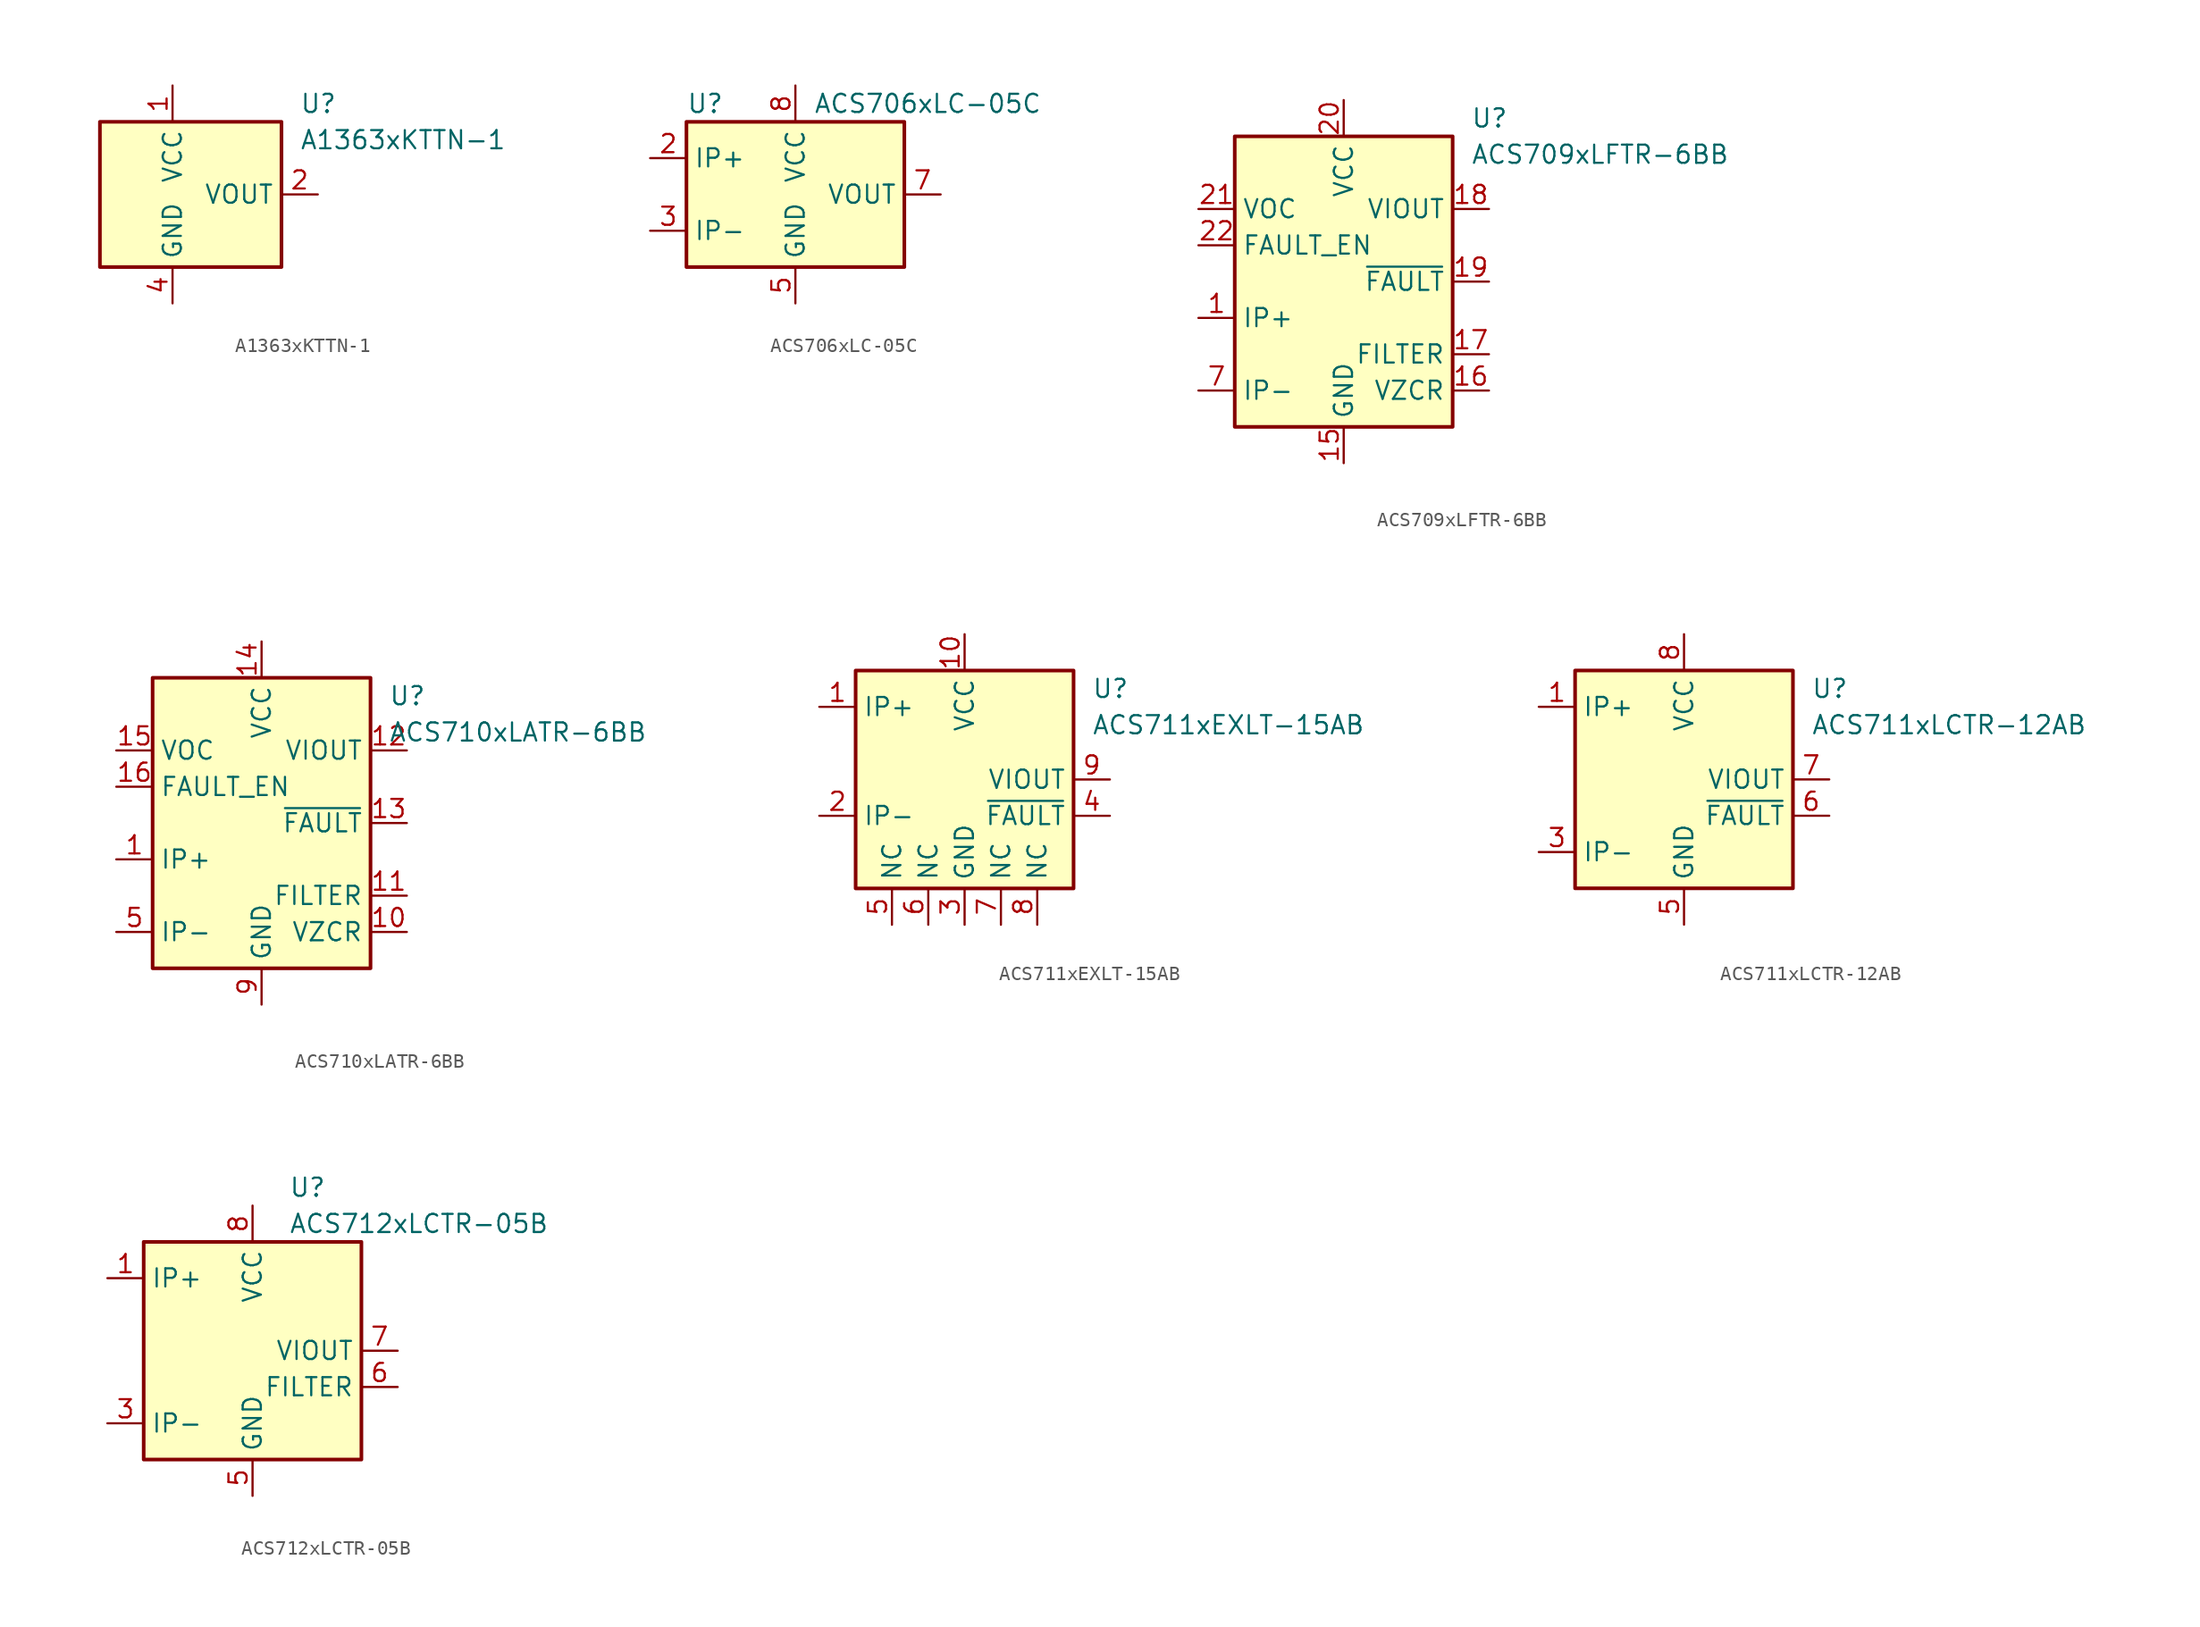
<source format=kicad_sym>
(kicad_symbol_lib
  (version 20201005)
  (generator kicad_symbol_editor)
  (symbol "Sensor_Current:A1363xKTTN-1"
    (property "Reference" "U"
      (at 8.89 6.35 0)
      (effects (font (size 1.27 1.27)) (justify left)))
    (property "Value" "A1363xKTTN-1"
      (at 8.89 3.81 0)
      (effects (font (size 1.27 1.27)) (justify left)))
    (symbol "A1363xKTTN-1_0_1"
      (rectangle (start -5.08 5.08) (end 7.62 -5.08) (stroke (width 0.254)) (fill (type background))))
    (symbol "A1363xKTTN-1_1_1"
      (pin power_in line (at 0 7.62 270) (length 2.54) (name "VCC" (effects (font (size 1.27 1.27)))) (number "1" (effects (font (size 1.27 1.27)))))
      (pin output line (at 10.16 0 180) (length 2.54) (name "VOUT" (effects (font (size 1.27 1.27)))) (number "2" (effects (font (size 1.27 1.27)))))
      (pin no_connect line (at 7.62 -2.54 180) (length 2.54) hide (name "NC" (effects (font (size 1.27 1.27)))) (number "3" (effects (font (size 1.27 1.27)))))
      (pin power_in line (at 0 -7.62 90) (length 2.54) (name "GND" (effects (font (size 1.27 1.27)))) (number "4" (effects (font (size 1.27 1.27)))))))
  (symbol "Sensor_Current:ACS706xLC-05C"
    (property "Reference" "U"
      (at -7.62 6.35 0)
      (effects (font (size 1.27 1.27)) (justify left)))
    (property "Value" "ACS706xLC-05C"
      (at 1.27 6.35 0)
      (effects (font (size 1.27 1.27)) (justify left)))
    (symbol "ACS706xLC-05C_0_1"
      (rectangle (start -7.62 5.08) (end 7.62 -5.08) (stroke (width 0.254)) (fill (type background))))
    (symbol "ACS706xLC-05C_1_1"
      (pin passive line (at -10.16 2.54 0) (length 2.54) hide (name "IP+" (effects (font (size 1.27 1.27)))) (number "1" (effects (font (size 1.27 1.27)))))
      (pin passive line (at -10.16 2.54 0) (length 2.54) (name "IP+" (effects (font (size 1.27 1.27)))) (number "2" (effects (font (size 1.27 1.27)))))
      (pin passive line (at -10.16 -2.54 0) (length 2.54) (name "IP-" (effects (font (size 1.27 1.27)))) (number "3" (effects (font (size 1.27 1.27)))))
      (pin passive line (at -10.16 -2.54 0) (length 2.54) hide (name "IP-" (effects (font (size 1.27 1.27)))) (number "4" (effects (font (size 1.27 1.27)))))
      (pin power_in line (at 0 -7.62 90) (length 2.54) (name "GND" (effects (font (size 1.27 1.27)))) (number "5" (effects (font (size 1.27 1.27)))))
      (pin no_connect line (at 7.62 -2.54 180) (length 2.54) hide (name "NC" (effects (font (size 1.27 1.27)))) (number "6" (effects (font (size 1.27 1.27)))))
      (pin output line (at 10.16 0 180) (length 2.54) (name "VOUT" (effects (font (size 1.27 1.27)))) (number "7" (effects (font (size 1.27 1.27)))))
      (pin power_in line (at 0 7.62 270) (length 2.54) (name "VCC" (effects (font (size 1.27 1.27)))) (number "8" (effects (font (size 1.27 1.27)))))))
  (symbol "Sensor_Current:ACS709xLFTR-6BB"
    (property "Reference" "U"
      (at 8.89 11.43 0)
      (effects (font (size 1.27 1.27)) (justify left)))
    (property "Value" "ACS709xLFTR-6BB"
      (at 8.89 8.89 0)
      (effects (font (size 1.27 1.27)) (justify left)))
    (symbol "ACS709xLFTR-6BB_0_1"
      (rectangle (start -7.62 10.16) (end 7.62 -10.16) (stroke (width 0.254)) (fill (type background))))
    (symbol "ACS709xLFTR-6BB_1_1"
      (pin passive line (at -10.16 -2.54 0) (length 2.54) (name "IP+" (effects (font (size 1.27 1.27)))) (number "1" (effects (font (size 1.27 1.27)))))
      (pin passive line (at -10.16 -7.62 0) (length 2.54) hide (name "IP-" (effects (font (size 1.27 1.27)))) (number "10" (effects (font (size 1.27 1.27)))))
      (pin passive line (at -10.16 -7.62 0) (length 2.54) hide (name "IP-" (effects (font (size 1.27 1.27)))) (number "11" (effects (font (size 1.27 1.27)))))
      (pin passive line (at -10.16 -7.62 0) (length 2.54) hide (name "IP-" (effects (font (size 1.27 1.27)))) (number "12" (effects (font (size 1.27 1.27)))))
      (pin no_connect line (at -7.62 10.16 0) (length 2.54) hide (name "NC" (effects (font (size 1.27 1.27)))) (number "13" (effects (font (size 1.27 1.27)))))
      (pin no_connect line (at -7.62 7.62 0) (length 2.54) hide (name "NC" (effects (font (size 1.27 1.27)))) (number "14" (effects (font (size 1.27 1.27)))))
      (pin power_in line (at 0 -12.7 90) (length 2.54) (name "GND" (effects (font (size 1.27 1.27)))) (number "15" (effects (font (size 1.27 1.27)))))
      (pin passive line (at 10.16 -7.62 180) (length 2.54) (name "VZCR" (effects (font (size 1.27 1.27)))) (number "16" (effects (font (size 1.27 1.27)))))
      (pin passive line (at 10.16 -5.08 180) (length 2.54) (name "FILTER" (effects (font (size 1.27 1.27)))) (number "17" (effects (font (size 1.27 1.27)))))
      (pin output line (at 10.16 5.08 180) (length 2.54) (name "VIOUT" (effects (font (size 1.27 1.27)))) (number "18" (effects (font (size 1.27 1.27)))))
      (pin output line (at 10.16 0 180) (length 2.54) (name "~FAULT" (effects (font (size 1.27 1.27)))) (number "19" (effects (font (size 1.27 1.27)))))
      (pin passive line (at -10.16 -2.54 0) (length 2.54) hide (name "IP+" (effects (font (size 1.27 1.27)))) (number "2" (effects (font (size 1.27 1.27)))))
      (pin power_in line (at 0 12.7 270) (length 2.54) (name "VCC" (effects (font (size 1.27 1.27)))) (number "20" (effects (font (size 1.27 1.27)))))
      (pin input line (at -10.16 5.08 0) (length 2.54) (name "VOC" (effects (font (size 1.27 1.27)))) (number "21" (effects (font (size 1.27 1.27)))))
      (pin input line (at -10.16 2.54 0) (length 2.54) (name "FAULT_EN" (effects (font (size 1.27 1.27)))) (number "22" (effects (font (size 1.27 1.27)))))
      (pin no_connect line (at -7.62 0 0) (length 2.54) hide (name "NC" (effects (font (size 1.27 1.27)))) (number "23" (effects (font (size 1.27 1.27)))))
      (pin no_connect line (at -7.62 -5.08 0) (length 2.54) hide (name "NC" (effects (font (size 1.27 1.27)))) (number "24" (effects (font (size 1.27 1.27)))))
      (pin passive line (at -10.16 -2.54 0) (length 2.54) hide (name "IP+" (effects (font (size 1.27 1.27)))) (number "3" (effects (font (size 1.27 1.27)))))
      (pin passive line (at -10.16 -2.54 0) (length 2.54) hide (name "IP+" (effects (font (size 1.27 1.27)))) (number "4" (effects (font (size 1.27 1.27)))))
      (pin passive line (at -10.16 -2.54 0) (length 2.54) hide (name "IP+" (effects (font (size 1.27 1.27)))) (number "5" (effects (font (size 1.27 1.27)))))
      (pin passive line (at -10.16 -2.54 0) (length 2.54) hide (name "IP+" (effects (font (size 1.27 1.27)))) (number "6" (effects (font (size 1.27 1.27)))))
      (pin passive line (at -10.16 -7.62 0) (length 2.54) (name "IP-" (effects (font (size 1.27 1.27)))) (number "7" (effects (font (size 1.27 1.27)))))
      (pin passive line (at -10.16 -7.62 0) (length 2.54) hide (name "IP-" (effects (font (size 1.27 1.27)))) (number "8" (effects (font (size 1.27 1.27)))))
      (pin passive line (at -10.16 -7.62 0) (length 2.54) hide (name "IP-" (effects (font (size 1.27 1.27)))) (number "9" (effects (font (size 1.27 1.27)))))))
  (symbol "Sensor_Current:ACS710xLATR-6BB"
    (property "Reference" "U"
      (at 8.89 8.89 0)
      (effects (font (size 1.27 1.27)) (justify left)))
    (property "Value" "ACS710xLATR-6BB"
      (at 8.89 6.35 0)
      (effects (font (size 1.27 1.27)) (justify left)))
    (symbol "ACS710xLATR-6BB_0_1"
      (rectangle (start -7.62 10.16) (end 7.62 -10.16) (stroke (width 0.254)) (fill (type background))))
    (symbol "ACS710xLATR-6BB_1_1"
      (pin passive line (at -10.16 -2.54 0) (length 2.54) (name "IP+" (effects (font (size 1.27 1.27)))) (number "1" (effects (font (size 1.27 1.27)))))
      (pin passive line (at 10.16 -7.62 180) (length 2.54) (name "VZCR" (effects (font (size 1.27 1.27)))) (number "10" (effects (font (size 1.27 1.27)))))
      (pin passive line (at 10.16 -5.08 180) (length 2.54) (name "FILTER" (effects (font (size 1.27 1.27)))) (number "11" (effects (font (size 1.27 1.27)))))
      (pin output line (at 10.16 5.08 180) (length 2.54) (name "VIOUT" (effects (font (size 1.27 1.27)))) (number "12" (effects (font (size 1.27 1.27)))))
      (pin output line (at 10.16 0 180) (length 2.54) (name "~FAULT" (effects (font (size 1.27 1.27)))) (number "13" (effects (font (size 1.27 1.27)))))
      (pin power_in line (at 0 12.7 270) (length 2.54) (name "VCC" (effects (font (size 1.27 1.27)))) (number "14" (effects (font (size 1.27 1.27)))))
      (pin input line (at -10.16 5.08 0) (length 2.54) (name "VOC" (effects (font (size 1.27 1.27)))) (number "15" (effects (font (size 1.27 1.27)))))
      (pin input line (at -10.16 2.54 0) (length 2.54) (name "FAULT_EN" (effects (font (size 1.27 1.27)))) (number "16" (effects (font (size 1.27 1.27)))))
      (pin passive line (at -10.16 -2.54 0) (length 2.54) hide (name "IP+" (effects (font (size 1.27 1.27)))) (number "2" (effects (font (size 1.27 1.27)))))
      (pin passive line (at -10.16 -2.54 0) (length 2.54) hide (name "IP+" (effects (font (size 1.27 1.27)))) (number "3" (effects (font (size 1.27 1.27)))))
      (pin passive line (at -10.16 -2.54 0) (length 2.54) hide (name "IP+" (effects (font (size 1.27 1.27)))) (number "4" (effects (font (size 1.27 1.27)))))
      (pin passive line (at -10.16 -7.62 0) (length 2.54) (name "IP-" (effects (font (size 1.27 1.27)))) (number "5" (effects (font (size 1.27 1.27)))))
      (pin passive line (at -10.16 -7.62 0) (length 2.54) hide (name "IP-" (effects (font (size 1.27 1.27)))) (number "6" (effects (font (size 1.27 1.27)))))
      (pin passive line (at -10.16 -7.62 0) (length 2.54) hide (name "IP-" (effects (font (size 1.27 1.27)))) (number "7" (effects (font (size 1.27 1.27)))))
      (pin passive line (at -10.16 -7.62 0) (length 2.54) hide (name "IP-" (effects (font (size 1.27 1.27)))) (number "8" (effects (font (size 1.27 1.27)))))
      (pin power_in line (at 0 -12.7 90) (length 2.54) (name "GND" (effects (font (size 1.27 1.27)))) (number "9" (effects (font (size 1.27 1.27)))))))
  (symbol "Sensor_Current:ACS711xEXLT-15AB"
    (property "Reference" "U"
      (at 8.89 6.35 0)
      (effects (font (size 1.27 1.27)) (justify left)))
    (property "Value" "ACS711xEXLT-15AB"
      (at 8.89 3.81 0)
      (effects (font (size 1.27 1.27)) (justify left)))
    (symbol "ACS711xEXLT-15AB_0_1"
      (rectangle (start -7.62 7.62) (end 7.62 -7.62) (stroke (width 0.254)) (fill (type background))))
    (symbol "ACS711xEXLT-15AB_1_1"
      (pin passive line (at -10.16 5.08 0) (length 2.54) (name "IP+" (effects (font (size 1.27 1.27)))) (number "1" (effects (font (size 1.27 1.27)))))
      (pin power_in line (at 0 10.16 270) (length 2.54) (name "VCC" (effects (font (size 1.27 1.27)))) (number "10" (effects (font (size 1.27 1.27)))))
      (pin passive line (at -10.16 -2.54 0) (length 2.54) (name "IP-" (effects (font (size 1.27 1.27)))) (number "2" (effects (font (size 1.27 1.27)))))
      (pin power_in line (at 0 -10.16 90) (length 2.54) (name "GND" (effects (font (size 1.27 1.27)))) (number "3" (effects (font (size 1.27 1.27)))))
      (pin output line (at 10.16 -2.54 180) (length 2.54) (name "~FAULT" (effects (font (size 1.27 1.27)))) (number "4" (effects (font (size 1.27 1.27)))))
      (pin passive line (at -5.08 -10.16 90) (length 2.54) (name "NC" (effects (font (size 1.27 1.27)))) (number "5" (effects (font (size 1.27 1.27)))))
      (pin passive line (at -2.54 -10.16 90) (length 2.54) (name "NC" (effects (font (size 1.27 1.27)))) (number "6" (effects (font (size 1.27 1.27)))))
      (pin passive line (at 2.54 -10.16 90) (length 2.54) (name "NC" (effects (font (size 1.27 1.27)))) (number "7" (effects (font (size 1.27 1.27)))))
      (pin passive line (at 5.08 -10.16 90) (length 2.54) (name "NC" (effects (font (size 1.27 1.27)))) (number "8" (effects (font (size 1.27 1.27)))))
      (pin output line (at 10.16 0 180) (length 2.54) (name "VIOUT" (effects (font (size 1.27 1.27)))) (number "9" (effects (font (size 1.27 1.27)))))))
  (symbol "Sensor_Current:ACS711xLCTR-12AB"
    (property "Reference" "U"
      (at 8.89 6.35 0)
      (effects (font (size 1.27 1.27)) (justify left)))
    (property "Value" "ACS711xLCTR-12AB"
      (at 8.89 3.81 0)
      (effects (font (size 1.27 1.27)) (justify left)))
    (symbol "ACS711xLCTR-12AB_0_1"
      (rectangle (start -7.62 7.62) (end 7.62 -7.62) (stroke (width 0.254)) (fill (type background))))
    (symbol "ACS711xLCTR-12AB_1_1"
      (pin passive line (at -10.16 5.08 0) (length 2.54) (name "IP+" (effects (font (size 1.27 1.27)))) (number "1" (effects (font (size 1.27 1.27)))))
      (pin passive line (at -10.16 5.08 0) (length 2.54) hide (name "IP+" (effects (font (size 1.27 1.27)))) (number "2" (effects (font (size 1.27 1.27)))))
      (pin passive line (at -10.16 -5.08 0) (length 2.54) (name "IP-" (effects (font (size 1.27 1.27)))) (number "3" (effects (font (size 1.27 1.27)))))
      (pin passive line (at -10.16 -5.08 0) (length 2.54) hide (name "IP-" (effects (font (size 1.27 1.27)))) (number "4" (effects (font (size 1.27 1.27)))))
      (pin power_in line (at 0 -10.16 90) (length 2.54) (name "GND" (effects (font (size 1.27 1.27)))) (number "5" (effects (font (size 1.27 1.27)))))
      (pin output line (at 10.16 -2.54 180) (length 2.54) (name "~FAULT" (effects (font (size 1.27 1.27)))) (number "6" (effects (font (size 1.27 1.27)))))
      (pin output line (at 10.16 0 180) (length 2.54) (name "VIOUT" (effects (font (size 1.27 1.27)))) (number "7" (effects (font (size 1.27 1.27)))))
      (pin power_in line (at 0 10.16 270) (length 2.54) (name "VCC" (effects (font (size 1.27 1.27)))) (number "8" (effects (font (size 1.27 1.27)))))))
  (symbol "Sensor_Current:ACS712xLCTR-05B"
    (property "Reference" "U"
      (at 2.54 11.43 0)
      (effects (font (size 1.27 1.27)) (justify left)))
    (property "Value" "ACS712xLCTR-05B"
      (at 2.54 8.89 0)
      (effects (font (size 1.27 1.27)) (justify left)))
    (symbol "ACS712xLCTR-05B_0_1"
      (rectangle (start -7.62 7.62) (end 7.62 -7.62) (stroke (width 0.254)) (fill (type background))))
    (symbol "ACS712xLCTR-05B_1_1"
      (pin passive line (at -10.16 5.08 0) (length 2.54) (name "IP+" (effects (font (size 1.27 1.27)))) (number "1" (effects (font (size 1.27 1.27)))))
      (pin passive line (at -10.16 5.08 0) (length 2.54) hide (name "IP+" (effects (font (size 1.27 1.27)))) (number "2" (effects (font (size 1.27 1.27)))))
      (pin passive line (at -10.16 -5.08 0) (length 2.54) (name "IP-" (effects (font (size 1.27 1.27)))) (number "3" (effects (font (size 1.27 1.27)))))
      (pin passive line (at -10.16 -5.08 0) (length 2.54) hide (name "IP-" (effects (font (size 1.27 1.27)))) (number "4" (effects (font (size 1.27 1.27)))))
      (pin power_in line (at 0 -10.16 90) (length 2.54) (name "GND" (effects (font (size 1.27 1.27)))) (number "5" (effects (font (size 1.27 1.27)))))
      (pin passive line (at 10.16 -2.54 180) (length 2.54) (name "FILTER" (effects (font (size 1.27 1.27)))) (number "6" (effects (font (size 1.27 1.27)))))
      (pin output line (at 10.16 0 180) (length 2.54) (name "VIOUT" (effects (font (size 1.27 1.27)))) (number "7" (effects (font (size 1.27 1.27)))))
      (pin power_in line (at 0 10.16 270) (length 2.54) (name "VCC" (effects (font (size 1.27 1.27)))) (number "8" (effects (font (size 1.27 1.27))))))))
</source>
